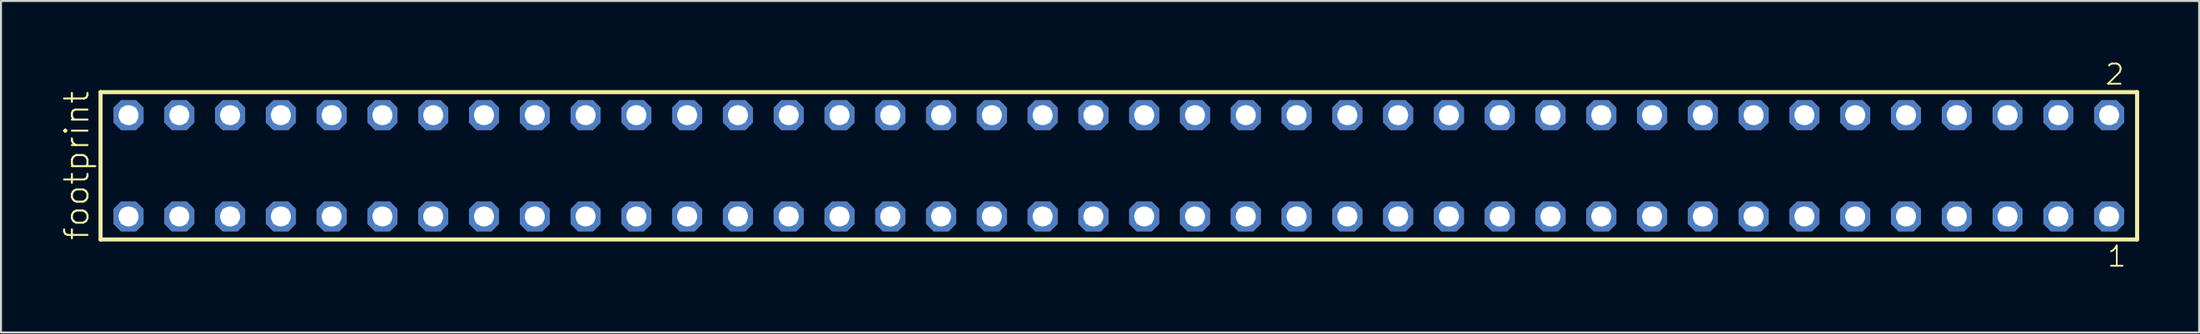
<source format=kicad_pcb>
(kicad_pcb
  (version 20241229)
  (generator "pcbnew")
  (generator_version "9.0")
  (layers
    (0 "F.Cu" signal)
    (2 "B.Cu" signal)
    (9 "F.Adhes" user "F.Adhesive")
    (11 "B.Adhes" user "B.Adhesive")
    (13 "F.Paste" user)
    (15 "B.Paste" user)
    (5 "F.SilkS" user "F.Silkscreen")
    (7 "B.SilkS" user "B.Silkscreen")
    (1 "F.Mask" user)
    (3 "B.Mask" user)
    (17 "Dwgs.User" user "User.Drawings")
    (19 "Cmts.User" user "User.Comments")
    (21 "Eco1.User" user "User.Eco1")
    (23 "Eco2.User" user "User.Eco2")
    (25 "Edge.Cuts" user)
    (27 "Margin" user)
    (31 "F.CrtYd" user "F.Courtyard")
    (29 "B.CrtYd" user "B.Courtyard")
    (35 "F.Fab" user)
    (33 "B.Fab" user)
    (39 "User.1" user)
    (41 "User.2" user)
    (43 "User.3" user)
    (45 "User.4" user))
  (footprint "footprint"
    (layer "F.Cu")
    (at 52.908 5.265)
    (property "Reference" "footprint" (at -51.435 3.81 90) (layer "F.SilkS") (effects (font (size 1.168 1.168) (thickness 0.102)) (justify left bottom)))
    (fp_line (start -50.929 -3.695) (end 50.929 -3.695) (stroke (width 0.203) (type solid)) (layer "F.SilkS"))
    (fp_line (start -50.929 3.695) (end -50.929 -3.695) (stroke (width 0.203) (type solid)) (layer "F.SilkS"))
    (fp_line (start 50.929 -3.695) (end 50.929 3.695) (stroke (width 0.203) (type solid)) (layer "F.SilkS"))
    (fp_line (start 50.929 3.695) (end -50.929 3.695) (stroke (width 0.203) (type solid)) (layer "F.SilkS"))
    (fp_poly (pts (xy -49.88 -2.19) (xy -49.18 -2.19) (xy -49.18 -2.89) (xy -49.88 -2.89)) (stroke (width 0.1) (type solid)) (fill no) (layer "F.Fab"))
    (fp_poly (pts (xy -49.88 2.89) (xy -49.18 2.89) (xy -49.18 2.19) (xy -49.88 2.19)) (stroke (width 0.1) (type solid)) (fill no) (layer "F.Fab"))
    (fp_poly (pts (xy -47.34 -2.19) (xy -46.64 -2.19) (xy -46.64 -2.89) (xy -47.34 -2.89)) (stroke (width 0.1) (type solid)) (fill no) (layer "F.Fab"))
    (fp_poly (pts (xy -47.34 2.89) (xy -46.64 2.89) (xy -46.64 2.19) (xy -47.34 2.19)) (stroke (width 0.1) (type solid)) (fill no) (layer "F.Fab"))
    (fp_poly (pts (xy -44.8 -2.19) (xy -44.1 -2.19) (xy -44.1 -2.89) (xy -44.8 -2.89)) (stroke (width 0.1) (type solid)) (fill no) (layer "F.Fab"))
    (fp_poly (pts (xy -44.8 2.89) (xy -44.1 2.89) (xy -44.1 2.19) (xy -44.8 2.19)) (stroke (width 0.1) (type solid)) (fill no) (layer "F.Fab"))
    (fp_poly (pts (xy -42.26 -2.19) (xy -41.56 -2.19) (xy -41.56 -2.89) (xy -42.26 -2.89)) (stroke (width 0.1) (type solid)) (fill no) (layer "F.Fab"))
    (fp_poly (pts (xy -42.26 2.89) (xy -41.56 2.89) (xy -41.56 2.19) (xy -42.26 2.19)) (stroke (width 0.1) (type solid)) (fill no) (layer "F.Fab"))
    (fp_poly (pts (xy -39.72 -2.19) (xy -39.02 -2.19) (xy -39.02 -2.89) (xy -39.72 -2.89)) (stroke (width 0.1) (type solid)) (fill no) (layer "F.Fab"))
    (fp_poly (pts (xy -39.72 2.89) (xy -39.02 2.89) (xy -39.02 2.19) (xy -39.72 2.19)) (stroke (width 0.1) (type solid)) (fill no) (layer "F.Fab"))
    (fp_poly (pts (xy -37.18 -2.19) (xy -36.48 -2.19) (xy -36.48 -2.89) (xy -37.18 -2.89)) (stroke (width 0.1) (type solid)) (fill no) (layer "F.Fab"))
    (fp_poly (pts (xy -37.18 2.89) (xy -36.48 2.89) (xy -36.48 2.19) (xy -37.18 2.19)) (stroke (width 0.1) (type solid)) (fill no) (layer "F.Fab"))
    (fp_poly (pts (xy -34.64 -2.19) (xy -33.94 -2.19) (xy -33.94 -2.89) (xy -34.64 -2.89)) (stroke (width 0.1) (type solid)) (fill no) (layer "F.Fab"))
    (fp_poly (pts (xy -34.64 2.89) (xy -33.94 2.89) (xy -33.94 2.19) (xy -34.64 2.19)) (stroke (width 0.1) (type solid)) (fill no) (layer "F.Fab"))
    (fp_poly (pts (xy -32.1 -2.19) (xy -31.4 -2.19) (xy -31.4 -2.89) (xy -32.1 -2.89)) (stroke (width 0.1) (type solid)) (fill no) (layer "F.Fab"))
    (fp_poly (pts (xy -32.1 2.89) (xy -31.4 2.89) (xy -31.4 2.19) (xy -32.1 2.19)) (stroke (width 0.1) (type solid)) (fill no) (layer "F.Fab"))
    (fp_poly (pts (xy -29.56 -2.19) (xy -28.86 -2.19) (xy -28.86 -2.89) (xy -29.56 -2.89)) (stroke (width 0.1) (type solid)) (fill no) (layer "F.Fab"))
    (fp_poly (pts (xy -29.56 2.89) (xy -28.86 2.89) (xy -28.86 2.19) (xy -29.56 2.19)) (stroke (width 0.1) (type solid)) (fill no) (layer "F.Fab"))
    (fp_poly (pts (xy -27.02 -2.19) (xy -26.32 -2.19) (xy -26.32 -2.89) (xy -27.02 -2.89)) (stroke (width 0.1) (type solid)) (fill no) (layer "F.Fab"))
    (fp_poly (pts (xy -27.02 2.89) (xy -26.32 2.89) (xy -26.32 2.19) (xy -27.02 2.19)) (stroke (width 0.1) (type solid)) (fill no) (layer "F.Fab"))
    (fp_poly (pts (xy -24.48 -2.19) (xy -23.78 -2.19) (xy -23.78 -2.89) (xy -24.48 -2.89)) (stroke (width 0.1) (type solid)) (fill no) (layer "F.Fab"))
    (fp_poly (pts (xy -24.48 2.89) (xy -23.78 2.89) (xy -23.78 2.19) (xy -24.48 2.19)) (stroke (width 0.1) (type solid)) (fill no) (layer "F.Fab"))
    (fp_poly (pts (xy -21.94 -2.19) (xy -21.24 -2.19) (xy -21.24 -2.89) (xy -21.94 -2.89)) (stroke (width 0.1) (type solid)) (fill no) (layer "F.Fab"))
    (fp_poly (pts (xy -21.94 2.89) (xy -21.24 2.89) (xy -21.24 2.19) (xy -21.94 2.19)) (stroke (width 0.1) (type solid)) (fill no) (layer "F.Fab"))
    (fp_poly (pts (xy -19.4 -2.19) (xy -18.7 -2.19) (xy -18.7 -2.89) (xy -19.4 -2.89)) (stroke (width 0.1) (type solid)) (fill no) (layer "F.Fab"))
    (fp_poly (pts (xy -19.4 2.89) (xy -18.7 2.89) (xy -18.7 2.19) (xy -19.4 2.19)) (stroke (width 0.1) (type solid)) (fill no) (layer "F.Fab"))
    (fp_poly (pts (xy -16.86 -2.19) (xy -16.16 -2.19) (xy -16.16 -2.89) (xy -16.86 -2.89)) (stroke (width 0.1) (type solid)) (fill no) (layer "F.Fab"))
    (fp_poly (pts (xy -16.86 2.89) (xy -16.16 2.89) (xy -16.16 2.19) (xy -16.86 2.19)) (stroke (width 0.1) (type solid)) (fill no) (layer "F.Fab"))
    (fp_poly (pts (xy -14.32 -2.19) (xy -13.62 -2.19) (xy -13.62 -2.89) (xy -14.32 -2.89)) (stroke (width 0.1) (type solid)) (fill no) (layer "F.Fab"))
    (fp_poly (pts (xy -14.32 2.89) (xy -13.62 2.89) (xy -13.62 2.19) (xy -14.32 2.19)) (stroke (width 0.1) (type solid)) (fill no) (layer "F.Fab"))
    (fp_poly (pts (xy -11.78 -2.19) (xy -11.08 -2.19) (xy -11.08 -2.89) (xy -11.78 -2.89)) (stroke (width 0.1) (type solid)) (fill no) (layer "F.Fab"))
    (fp_poly (pts (xy -11.78 2.89) (xy -11.08 2.89) (xy -11.08 2.19) (xy -11.78 2.19)) (stroke (width 0.1) (type solid)) (fill no) (layer "F.Fab"))
    (fp_poly (pts (xy -9.24 -2.19) (xy -8.54 -2.19) (xy -8.54 -2.89) (xy -9.24 -2.89)) (stroke (width 0.1) (type solid)) (fill no) (layer "F.Fab"))
    (fp_poly (pts (xy -9.24 2.89) (xy -8.54 2.89) (xy -8.54 2.19) (xy -9.24 2.19)) (stroke (width 0.1) (type solid)) (fill no) (layer "F.Fab"))
    (fp_poly (pts (xy -6.7 -2.19) (xy -6 -2.19) (xy -6 -2.89) (xy -6.7 -2.89)) (stroke (width 0.1) (type solid)) (fill no) (layer "F.Fab"))
    (fp_poly (pts (xy -6.7 2.89) (xy -6 2.89) (xy -6 2.19) (xy -6.7 2.19)) (stroke (width 0.1) (type solid)) (fill no) (layer "F.Fab"))
    (fp_poly (pts (xy -4.16 -2.19) (xy -3.46 -2.19) (xy -3.46 -2.89) (xy -4.16 -2.89)) (stroke (width 0.1) (type solid)) (fill no) (layer "F.Fab"))
    (fp_poly (pts (xy -4.16 2.89) (xy -3.46 2.89) (xy -3.46 2.19) (xy -4.16 2.19)) (stroke (width 0.1) (type solid)) (fill no) (layer "F.Fab"))
    (fp_poly (pts (xy -1.62 -2.19) (xy -0.92 -2.19) (xy -0.92 -2.89) (xy -1.62 -2.89)) (stroke (width 0.1) (type solid)) (fill no) (layer "F.Fab"))
    (fp_poly (pts (xy -1.62 2.89) (xy -0.92 2.89) (xy -0.92 2.19) (xy -1.62 2.19)) (stroke (width 0.1) (type solid)) (fill no) (layer "F.Fab"))
    (fp_poly (pts (xy 0.92 -2.19) (xy 1.62 -2.19) (xy 1.62 -2.89) (xy 0.92 -2.89)) (stroke (width 0.1) (type solid)) (fill no) (layer "F.Fab"))
    (fp_poly (pts (xy 0.92 2.89) (xy 1.62 2.89) (xy 1.62 2.19) (xy 0.92 2.19)) (stroke (width 0.1) (type solid)) (fill no) (layer "F.Fab"))
    (fp_poly (pts (xy 3.46 -2.19) (xy 4.16 -2.19) (xy 4.16 -2.89) (xy 3.46 -2.89)) (stroke (width 0.1) (type solid)) (fill no) (layer "F.Fab"))
    (fp_poly (pts (xy 3.46 2.89) (xy 4.16 2.89) (xy 4.16 2.19) (xy 3.46 2.19)) (stroke (width 0.1) (type solid)) (fill no) (layer "F.Fab"))
    (fp_poly (pts (xy 6 -2.19) (xy 6.7 -2.19) (xy 6.7 -2.89) (xy 6 -2.89)) (stroke (width 0.1) (type solid)) (fill no) (layer "F.Fab"))
    (fp_poly (pts (xy 6 2.89) (xy 6.7 2.89) (xy 6.7 2.19) (xy 6 2.19)) (stroke (width 0.1) (type solid)) (fill no) (layer "F.Fab"))
    (fp_poly (pts (xy 8.54 -2.19) (xy 9.24 -2.19) (xy 9.24 -2.89) (xy 8.54 -2.89)) (stroke (width 0.1) (type solid)) (fill no) (layer "F.Fab"))
    (fp_poly (pts (xy 8.54 2.89) (xy 9.24 2.89) (xy 9.24 2.19) (xy 8.54 2.19)) (stroke (width 0.1) (type solid)) (fill no) (layer "F.Fab"))
    (fp_poly (pts (xy 11.08 -2.19) (xy 11.78 -2.19) (xy 11.78 -2.89) (xy 11.08 -2.89)) (stroke (width 0.1) (type solid)) (fill no) (layer "F.Fab"))
    (fp_poly (pts (xy 11.08 2.89) (xy 11.78 2.89) (xy 11.78 2.19) (xy 11.08 2.19)) (stroke (width 0.1) (type solid)) (fill no) (layer "F.Fab"))
    (fp_poly (pts (xy 13.62 -2.19) (xy 14.32 -2.19) (xy 14.32 -2.89) (xy 13.62 -2.89)) (stroke (width 0.1) (type solid)) (fill no) (layer "F.Fab"))
    (fp_poly (pts (xy 13.62 2.89) (xy 14.32 2.89) (xy 14.32 2.19) (xy 13.62 2.19)) (stroke (width 0.1) (type solid)) (fill no) (layer "F.Fab"))
    (fp_poly (pts (xy 16.16 -2.19) (xy 16.86 -2.19) (xy 16.86 -2.89) (xy 16.16 -2.89)) (stroke (width 0.1) (type solid)) (fill no) (layer "F.Fab"))
    (fp_poly (pts (xy 16.16 2.89) (xy 16.86 2.89) (xy 16.86 2.19) (xy 16.16 2.19)) (stroke (width 0.1) (type solid)) (fill no) (layer "F.Fab"))
    (fp_poly (pts (xy 18.7 -2.19) (xy 19.4 -2.19) (xy 19.4 -2.89) (xy 18.7 -2.89)) (stroke (width 0.1) (type solid)) (fill no) (layer "F.Fab"))
    (fp_poly (pts (xy 18.7 2.89) (xy 19.4 2.89) (xy 19.4 2.19) (xy 18.7 2.19)) (stroke (width 0.1) (type solid)) (fill no) (layer "F.Fab"))
    (fp_poly (pts (xy 21.24 -2.19) (xy 21.94 -2.19) (xy 21.94 -2.89) (xy 21.24 -2.89)) (stroke (width 0.1) (type solid)) (fill no) (layer "F.Fab"))
    (fp_poly (pts (xy 21.24 2.89) (xy 21.94 2.89) (xy 21.94 2.19) (xy 21.24 2.19)) (stroke (width 0.1) (type solid)) (fill no) (layer "F.Fab"))
    (fp_poly (pts (xy 23.78 -2.19) (xy 24.48 -2.19) (xy 24.48 -2.89) (xy 23.78 -2.89)) (stroke (width 0.1) (type solid)) (fill no) (layer "F.Fab"))
    (fp_poly (pts (xy 23.78 2.89) (xy 24.48 2.89) (xy 24.48 2.19) (xy 23.78 2.19)) (stroke (width 0.1) (type solid)) (fill no) (layer "F.Fab"))
    (fp_poly (pts (xy 26.32 -2.19) (xy 27.02 -2.19) (xy 27.02 -2.89) (xy 26.32 -2.89)) (stroke (width 0.1) (type solid)) (fill no) (layer "F.Fab"))
    (fp_poly (pts (xy 26.32 2.89) (xy 27.02 2.89) (xy 27.02 2.19) (xy 26.32 2.19)) (stroke (width 0.1) (type solid)) (fill no) (layer "F.Fab"))
    (fp_poly (pts (xy 28.86 -2.19) (xy 29.56 -2.19) (xy 29.56 -2.89) (xy 28.86 -2.89)) (stroke (width 0.1) (type solid)) (fill no) (layer "F.Fab"))
    (fp_poly (pts (xy 28.86 2.89) (xy 29.56 2.89) (xy 29.56 2.19) (xy 28.86 2.19)) (stroke (width 0.1) (type solid)) (fill no) (layer "F.Fab"))
    (fp_poly (pts (xy 31.4 -2.19) (xy 32.1 -2.19) (xy 32.1 -2.89) (xy 31.4 -2.89)) (stroke (width 0.1) (type solid)) (fill no) (layer "F.Fab"))
    (fp_poly (pts (xy 31.4 2.89) (xy 32.1 2.89) (xy 32.1 2.19) (xy 31.4 2.19)) (stroke (width 0.1) (type solid)) (fill no) (layer "F.Fab"))
    (fp_poly (pts (xy 33.94 -2.19) (xy 34.64 -2.19) (xy 34.64 -2.89) (xy 33.94 -2.89)) (stroke (width 0.1) (type solid)) (fill no) (layer "F.Fab"))
    (fp_poly (pts (xy 33.94 2.89) (xy 34.64 2.89) (xy 34.64 2.19) (xy 33.94 2.19)) (stroke (width 0.1) (type solid)) (fill no) (layer "F.Fab"))
    (fp_poly (pts (xy 36.48 -2.19) (xy 37.18 -2.19) (xy 37.18 -2.89) (xy 36.48 -2.89)) (stroke (width 0.1) (type solid)) (fill no) (layer "F.Fab"))
    (fp_poly (pts (xy 36.48 2.89) (xy 37.18 2.89) (xy 37.18 2.19) (xy 36.48 2.19)) (stroke (width 0.1) (type solid)) (fill no) (layer "F.Fab"))
    (fp_poly (pts (xy 39.02 -2.19) (xy 39.72 -2.19) (xy 39.72 -2.89) (xy 39.02 -2.89)) (stroke (width 0.1) (type solid)) (fill no) (layer "F.Fab"))
    (fp_poly (pts (xy 39.02 2.89) (xy 39.72 2.89) (xy 39.72 2.19) (xy 39.02 2.19)) (stroke (width 0.1) (type solid)) (fill no) (layer "F.Fab"))
    (fp_poly (pts (xy 41.56 -2.19) (xy 42.26 -2.19) (xy 42.26 -2.89) (xy 41.56 -2.89)) (stroke (width 0.1) (type solid)) (fill no) (layer "F.Fab"))
    (fp_poly (pts (xy 41.56 2.89) (xy 42.26 2.89) (xy 42.26 2.19) (xy 41.56 2.19)) (stroke (width 0.1) (type solid)) (fill no) (layer "F.Fab"))
    (fp_poly (pts (xy 44.1 -2.19) (xy 44.8 -2.19) (xy 44.8 -2.89) (xy 44.1 -2.89)) (stroke (width 0.1) (type solid)) (fill no) (layer "F.Fab"))
    (fp_poly (pts (xy 44.1 2.89) (xy 44.8 2.89) (xy 44.8 2.19) (xy 44.1 2.19)) (stroke (width 0.1) (type solid)) (fill no) (layer "F.Fab"))
    (fp_poly (pts (xy 46.64 -2.19) (xy 47.34 -2.19) (xy 47.34 -2.89) (xy 46.64 -2.89)) (stroke (width 0.1) (type solid)) (fill no) (layer "F.Fab"))
    (fp_poly (pts (xy 46.64 2.89) (xy 47.34 2.89) (xy 47.34 2.19) (xy 46.64 2.19)) (stroke (width 0.1) (type solid)) (fill no) (layer "F.Fab"))
    (fp_poly (pts (xy 49.18 -2.19) (xy 49.88 -2.19) (xy 49.88 -2.89) (xy 49.18 -2.89)) (stroke (width 0.1) (type solid)) (fill no) (layer "F.Fab"))
    (fp_poly (pts (xy 49.18 2.89) (xy 49.88 2.89) (xy 49.88 2.19) (xy 49.18 2.19)) (stroke (width 0.1) (type solid)) (fill no) (layer "F.Fab"))
    (fp_text user "2" (at 49.272 -3.989 0) (layer "F.SilkS") (effects (font (size 1.012 1.012) (thickness 0.088)) (justify left bottom)))
    (fp_text user "1" (at 49.372 5.138 0) (layer "F.SilkS") (effects (font (size 1.012 1.012) (thickness 0.088)) (justify left bottom)))
    (pad "1" thru_hole roundrect (at 49.53 2.54 180) (size 1.5 1.5) (drill 1) (layers "*.Cu" "*.Mask") (roundrect_rratio 0.25) (chamfer_ratio 0.25) (chamfer top_left top_right bottom_left bottom_right))
    (pad "2" thru_hole roundrect (at 49.53 -2.54 180) (size 1.5 1.5) (drill 1) (layers "*.Cu" "*.Mask") (roundrect_rratio 0.25) (chamfer_ratio 0.25) (chamfer top_left top_right bottom_left bottom_right))
    (pad "3" thru_hole roundrect (at 46.99 2.54 180) (size 1.5 1.5) (drill 1) (layers "*.Cu" "*.Mask") (roundrect_rratio 0.25) (chamfer_ratio 0.25) (chamfer top_left top_right bottom_left bottom_right))
    (pad "4" thru_hole roundrect (at 46.99 -2.54 180) (size 1.5 1.5) (drill 1) (layers "*.Cu" "*.Mask") (roundrect_rratio 0.25) (chamfer_ratio 0.25) (chamfer top_left top_right bottom_left bottom_right))
    (pad "5" thru_hole roundrect (at 44.45 2.54 180) (size 1.5 1.5) (drill 1) (layers "*.Cu" "*.Mask") (roundrect_rratio 0.25) (chamfer_ratio 0.25) (chamfer top_left top_right bottom_left bottom_right))
    (pad "6" thru_hole roundrect (at 44.45 -2.54 180) (size 1.5 1.5) (drill 1) (layers "*.Cu" "*.Mask") (roundrect_rratio 0.25) (chamfer_ratio 0.25) (chamfer top_left top_right bottom_left bottom_right))
    (pad "7" thru_hole roundrect (at 41.91 2.54 180) (size 1.5 1.5) (drill 1) (layers "*.Cu" "*.Mask") (roundrect_rratio 0.25) (chamfer_ratio 0.25) (chamfer top_left top_right bottom_left bottom_right))
    (pad "8" thru_hole roundrect (at 41.91 -2.54 180) (size 1.5 1.5) (drill 1) (layers "*.Cu" "*.Mask") (roundrect_rratio 0.25) (chamfer_ratio 0.25) (chamfer top_left top_right bottom_left bottom_right))
    (pad "9" thru_hole roundrect (at 39.37 2.54 180) (size 1.5 1.5) (drill 1) (layers "*.Cu" "*.Mask") (roundrect_rratio 0.25) (chamfer_ratio 0.25) (chamfer top_left top_right bottom_left bottom_right))
    (pad "10" thru_hole roundrect (at 39.37 -2.54 180) (size 1.5 1.5) (drill 1) (layers "*.Cu" "*.Mask") (roundrect_rratio 0.25) (chamfer_ratio 0.25) (chamfer top_left top_right bottom_left bottom_right))
    (pad "11" thru_hole roundrect (at 36.83 2.54 180) (size 1.5 1.5) (drill 1) (layers "*.Cu" "*.Mask") (roundrect_rratio 0.25) (chamfer_ratio 0.25) (chamfer top_left top_right bottom_left bottom_right))
    (pad "12" thru_hole roundrect (at 36.83 -2.54 180) (size 1.5 1.5) (drill 1) (layers "*.Cu" "*.Mask") (roundrect_rratio 0.25) (chamfer_ratio 0.25) (chamfer top_left top_right bottom_left bottom_right))
    (pad "13" thru_hole roundrect (at 34.29 2.54 180) (size 1.5 1.5) (drill 1) (layers "*.Cu" "*.Mask") (roundrect_rratio 0.25) (chamfer_ratio 0.25) (chamfer top_left top_right bottom_left bottom_right))
    (pad "14" thru_hole roundrect (at 34.29 -2.54 180) (size 1.5 1.5) (drill 1) (layers "*.Cu" "*.Mask") (roundrect_rratio 0.25) (chamfer_ratio 0.25) (chamfer top_left top_right bottom_left bottom_right))
    (pad "15" thru_hole roundrect (at 31.75 2.54 180) (size 1.5 1.5) (drill 1) (layers "*.Cu" "*.Mask") (roundrect_rratio 0.25) (chamfer_ratio 0.25) (chamfer top_left top_right bottom_left bottom_right))
    (pad "16" thru_hole roundrect (at 31.75 -2.54 180) (size 1.5 1.5) (drill 1) (layers "*.Cu" "*.Mask") (roundrect_rratio 0.25) (chamfer_ratio 0.25) (chamfer top_left top_right bottom_left bottom_right))
    (pad "17" thru_hole roundrect (at 29.21 2.54 180) (size 1.5 1.5) (drill 1) (layers "*.Cu" "*.Mask") (roundrect_rratio 0.25) (chamfer_ratio 0.25) (chamfer top_left top_right bottom_left bottom_right))
    (pad "18" thru_hole roundrect (at 29.21 -2.54 180) (size 1.5 1.5) (drill 1) (layers "*.Cu" "*.Mask") (roundrect_rratio 0.25) (chamfer_ratio 0.25) (chamfer top_left top_right bottom_left bottom_right))
    (pad "19" thru_hole roundrect (at 26.67 2.54 180) (size 1.5 1.5) (drill 1) (layers "*.Cu" "*.Mask") (roundrect_rratio 0.25) (chamfer_ratio 0.25) (chamfer top_left top_right bottom_left bottom_right))
    (pad "20" thru_hole roundrect (at 26.67 -2.54 180) (size 1.5 1.5) (drill 1) (layers "*.Cu" "*.Mask") (roundrect_rratio 0.25) (chamfer_ratio 0.25) (chamfer top_left top_right bottom_left bottom_right))
    (pad "21" thru_hole roundrect (at 24.13 2.54 180) (size 1.5 1.5) (drill 1) (layers "*.Cu" "*.Mask") (roundrect_rratio 0.25) (chamfer_ratio 0.25) (chamfer top_left top_right bottom_left bottom_right))
    (pad "22" thru_hole roundrect (at 24.13 -2.54 180) (size 1.5 1.5) (drill 1) (layers "*.Cu" "*.Mask") (roundrect_rratio 0.25) (chamfer_ratio 0.25) (chamfer top_left top_right bottom_left bottom_right))
    (pad "23" thru_hole roundrect (at 21.59 2.54 180) (size 1.5 1.5) (drill 1) (layers "*.Cu" "*.Mask") (roundrect_rratio 0.25) (chamfer_ratio 0.25) (chamfer top_left top_right bottom_left bottom_right))
    (pad "24" thru_hole roundrect (at 21.59 -2.54 180) (size 1.5 1.5) (drill 1) (layers "*.Cu" "*.Mask") (roundrect_rratio 0.25) (chamfer_ratio 0.25) (chamfer top_left top_right bottom_left bottom_right))
    (pad "25" thru_hole roundrect (at 19.05 2.54 180) (size 1.5 1.5) (drill 1) (layers "*.Cu" "*.Mask") (roundrect_rratio 0.25) (chamfer_ratio 0.25) (chamfer top_left top_right bottom_left bottom_right))
    (pad "26" thru_hole roundrect (at 19.05 -2.54 180) (size 1.5 1.5) (drill 1) (layers "*.Cu" "*.Mask") (roundrect_rratio 0.25) (chamfer_ratio 0.25) (chamfer top_left top_right bottom_left bottom_right))
    (pad "27" thru_hole roundrect (at 16.51 2.54 180) (size 1.5 1.5) (drill 1) (layers "*.Cu" "*.Mask") (roundrect_rratio 0.25) (chamfer_ratio 0.25) (chamfer top_left top_right bottom_left bottom_right))
    (pad "28" thru_hole roundrect (at 16.51 -2.54 180) (size 1.5 1.5) (drill 1) (layers "*.Cu" "*.Mask") (roundrect_rratio 0.25) (chamfer_ratio 0.25) (chamfer top_left top_right bottom_left bottom_right))
    (pad "29" thru_hole roundrect (at 13.97 2.54 180) (size 1.5 1.5) (drill 1) (layers "*.Cu" "*.Mask") (roundrect_rratio 0.25) (chamfer_ratio 0.25) (chamfer top_left top_right bottom_left bottom_right))
    (pad "30" thru_hole roundrect (at 13.97 -2.54 180) (size 1.5 1.5) (drill 1) (layers "*.Cu" "*.Mask") (roundrect_rratio 0.25) (chamfer_ratio 0.25) (chamfer top_left top_right bottom_left bottom_right))
    (pad "31" thru_hole roundrect (at 11.43 2.54 180) (size 1.5 1.5) (drill 1) (layers "*.Cu" "*.Mask") (roundrect_rratio 0.25) (chamfer_ratio 0.25) (chamfer top_left top_right bottom_left bottom_right))
    (pad "32" thru_hole roundrect (at 11.43 -2.54 180) (size 1.5 1.5) (drill 1) (layers "*.Cu" "*.Mask") (roundrect_rratio 0.25) (chamfer_ratio 0.25) (chamfer top_left top_right bottom_left bottom_right))
    (pad "33" thru_hole roundrect (at 8.89 2.54 180) (size 1.5 1.5) (drill 1) (layers "*.Cu" "*.Mask") (roundrect_rratio 0.25) (chamfer_ratio 0.25) (chamfer top_left top_right bottom_left bottom_right))
    (pad "34" thru_hole roundrect (at 8.89 -2.54 180) (size 1.5 1.5) (drill 1) (layers "*.Cu" "*.Mask") (roundrect_rratio 0.25) (chamfer_ratio 0.25) (chamfer top_left top_right bottom_left bottom_right))
    (pad "35" thru_hole roundrect (at 6.35 2.54 180) (size 1.5 1.5) (drill 1) (layers "*.Cu" "*.Mask") (roundrect_rratio 0.25) (chamfer_ratio 0.25) (chamfer top_left top_right bottom_left bottom_right))
    (pad "36" thru_hole roundrect (at 6.35 -2.54 180) (size 1.5 1.5) (drill 1) (layers "*.Cu" "*.Mask") (roundrect_rratio 0.25) (chamfer_ratio 0.25) (chamfer top_left top_right bottom_left bottom_right))
    (pad "37" thru_hole roundrect (at 3.81 2.54 180) (size 1.5 1.5) (drill 1) (layers "*.Cu" "*.Mask") (roundrect_rratio 0.25) (chamfer_ratio 0.25) (chamfer top_left top_right bottom_left bottom_right))
    (pad "38" thru_hole roundrect (at 3.81 -2.54 180) (size 1.5 1.5) (drill 1) (layers "*.Cu" "*.Mask") (roundrect_rratio 0.25) (chamfer_ratio 0.25) (chamfer top_left top_right bottom_left bottom_right))
    (pad "39" thru_hole roundrect (at 1.27 2.54 180) (size 1.5 1.5) (drill 1) (layers "*.Cu" "*.Mask") (roundrect_rratio 0.25) (chamfer_ratio 0.25) (chamfer top_left top_right bottom_left bottom_right))
    (pad "40" thru_hole roundrect (at 1.27 -2.54 180) (size 1.5 1.5) (drill 1) (layers "*.Cu" "*.Mask") (roundrect_rratio 0.25) (chamfer_ratio 0.25) (chamfer top_left top_right bottom_left bottom_right))
    (pad "41" thru_hole roundrect (at -1.27 2.54 180) (size 1.5 1.5) (drill 1) (layers "*.Cu" "*.Mask") (roundrect_rratio 0.25) (chamfer_ratio 0.25) (chamfer top_left top_right bottom_left bottom_right))
    (pad "42" thru_hole roundrect (at -1.27 -2.54 180) (size 1.5 1.5) (drill 1) (layers "*.Cu" "*.Mask") (roundrect_rratio 0.25) (chamfer_ratio 0.25) (chamfer top_left top_right bottom_left bottom_right))
    (pad "43" thru_hole roundrect (at -3.81 2.54 180) (size 1.5 1.5) (drill 1) (layers "*.Cu" "*.Mask") (roundrect_rratio 0.25) (chamfer_ratio 0.25) (chamfer top_left top_right bottom_left bottom_right))
    (pad "44" thru_hole roundrect (at -3.81 -2.54 180) (size 1.5 1.5) (drill 1) (layers "*.Cu" "*.Mask") (roundrect_rratio 0.25) (chamfer_ratio 0.25) (chamfer top_left top_right bottom_left bottom_right))
    (pad "45" thru_hole roundrect (at -6.35 2.54 180) (size 1.5 1.5) (drill 1) (layers "*.Cu" "*.Mask") (roundrect_rratio 0.25) (chamfer_ratio 0.25) (chamfer top_left top_right bottom_left bottom_right))
    (pad "46" thru_hole roundrect (at -6.35 -2.54 180) (size 1.5 1.5) (drill 1) (layers "*.Cu" "*.Mask") (roundrect_rratio 0.25) (chamfer_ratio 0.25) (chamfer top_left top_right bottom_left bottom_right))
    (pad "47" thru_hole roundrect (at -8.89 2.54 180) (size 1.5 1.5) (drill 1) (layers "*.Cu" "*.Mask") (roundrect_rratio 0.25) (chamfer_ratio 0.25) (chamfer top_left top_right bottom_left bottom_right))
    (pad "48" thru_hole roundrect (at -8.89 -2.54 180) (size 1.5 1.5) (drill 1) (layers "*.Cu" "*.Mask") (roundrect_rratio 0.25) (chamfer_ratio 0.25) (chamfer top_left top_right bottom_left bottom_right))
    (pad "49" thru_hole roundrect (at -11.43 2.54 180) (size 1.5 1.5) (drill 1) (layers "*.Cu" "*.Mask") (roundrect_rratio 0.25) (chamfer_ratio 0.25) (chamfer top_left top_right bottom_left bottom_right))
    (pad "50" thru_hole roundrect (at -11.43 -2.54 180) (size 1.5 1.5) (drill 1) (layers "*.Cu" "*.Mask") (roundrect_rratio 0.25) (chamfer_ratio 0.25) (chamfer top_left top_right bottom_left bottom_right))
    (pad "51" thru_hole roundrect (at -13.97 2.54 180) (size 1.5 1.5) (drill 1) (layers "*.Cu" "*.Mask") (roundrect_rratio 0.25) (chamfer_ratio 0.25) (chamfer top_left top_right bottom_left bottom_right))
    (pad "52" thru_hole roundrect (at -13.97 -2.54 180) (size 1.5 1.5) (drill 1) (layers "*.Cu" "*.Mask") (roundrect_rratio 0.25) (chamfer_ratio 0.25) (chamfer top_left top_right bottom_left bottom_right))
    (pad "53" thru_hole roundrect (at -16.51 2.54 180) (size 1.5 1.5) (drill 1) (layers "*.Cu" "*.Mask") (roundrect_rratio 0.25) (chamfer_ratio 0.25) (chamfer top_left top_right bottom_left bottom_right))
    (pad "54" thru_hole roundrect (at -16.51 -2.54 180) (size 1.5 1.5) (drill 1) (layers "*.Cu" "*.Mask") (roundrect_rratio 0.25) (chamfer_ratio 0.25) (chamfer top_left top_right bottom_left bottom_right))
    (pad "55" thru_hole roundrect (at -19.05 2.54 180) (size 1.5 1.5) (drill 1) (layers "*.Cu" "*.Mask") (roundrect_rratio 0.25) (chamfer_ratio 0.25) (chamfer top_left top_right bottom_left bottom_right))
    (pad "56" thru_hole roundrect (at -19.05 -2.54 180) (size 1.5 1.5) (drill 1) (layers "*.Cu" "*.Mask") (roundrect_rratio 0.25) (chamfer_ratio 0.25) (chamfer top_left top_right bottom_left bottom_right))
    (pad "57" thru_hole roundrect (at -21.59 2.54 180) (size 1.5 1.5) (drill 1) (layers "*.Cu" "*.Mask") (roundrect_rratio 0.25) (chamfer_ratio 0.25) (chamfer top_left top_right bottom_left bottom_right))
    (pad "58" thru_hole roundrect (at -21.59 -2.54 180) (size 1.5 1.5) (drill 1) (layers "*.Cu" "*.Mask") (roundrect_rratio 0.25) (chamfer_ratio 0.25) (chamfer top_left top_right bottom_left bottom_right))
    (pad "59" thru_hole roundrect (at -24.13 2.54 180) (size 1.5 1.5) (drill 1) (layers "*.Cu" "*.Mask") (roundrect_rratio 0.25) (chamfer_ratio 0.25) (chamfer top_left top_right bottom_left bottom_right))
    (pad "60" thru_hole roundrect (at -24.13 -2.54 180) (size 1.5 1.5) (drill 1) (layers "*.Cu" "*.Mask") (roundrect_rratio 0.25) (chamfer_ratio 0.25) (chamfer top_left top_right bottom_left bottom_right))
    (pad "61" thru_hole roundrect (at -26.67 2.54 180) (size 1.5 1.5) (drill 1) (layers "*.Cu" "*.Mask") (roundrect_rratio 0.25) (chamfer_ratio 0.25) (chamfer top_left top_right bottom_left bottom_right))
    (pad "62" thru_hole roundrect (at -26.67 -2.54 180) (size 1.5 1.5) (drill 1) (layers "*.Cu" "*.Mask") (roundrect_rratio 0.25) (chamfer_ratio 0.25) (chamfer top_left top_right bottom_left bottom_right))
    (pad "63" thru_hole roundrect (at -29.21 2.54 180) (size 1.5 1.5) (drill 1) (layers "*.Cu" "*.Mask") (roundrect_rratio 0.25) (chamfer_ratio 0.25) (chamfer top_left top_right bottom_left bottom_right))
    (pad "64" thru_hole roundrect (at -29.21 -2.54 180) (size 1.5 1.5) (drill 1) (layers "*.Cu" "*.Mask") (roundrect_rratio 0.25) (chamfer_ratio 0.25) (chamfer top_left top_right bottom_left bottom_right))
    (pad "65" thru_hole roundrect (at -31.75 2.54 180) (size 1.5 1.5) (drill 1) (layers "*.Cu" "*.Mask") (roundrect_rratio 0.25) (chamfer_ratio 0.25) (chamfer top_left top_right bottom_left bottom_right))
    (pad "66" thru_hole roundrect (at -31.75 -2.54 180) (size 1.5 1.5) (drill 1) (layers "*.Cu" "*.Mask") (roundrect_rratio 0.25) (chamfer_ratio 0.25) (chamfer top_left top_right bottom_left bottom_right))
    (pad "67" thru_hole roundrect (at -34.29 2.54 180) (size 1.5 1.5) (drill 1) (layers "*.Cu" "*.Mask") (roundrect_rratio 0.25) (chamfer_ratio 0.25) (chamfer top_left top_right bottom_left bottom_right))
    (pad "68" thru_hole roundrect (at -34.29 -2.54 180) (size 1.5 1.5) (drill 1) (layers "*.Cu" "*.Mask") (roundrect_rratio 0.25) (chamfer_ratio 0.25) (chamfer top_left top_right bottom_left bottom_right))
    (pad "69" thru_hole roundrect (at -36.83 2.54 180) (size 1.5 1.5) (drill 1) (layers "*.Cu" "*.Mask") (roundrect_rratio 0.25) (chamfer_ratio 0.25) (chamfer top_left top_right bottom_left bottom_right))
    (pad "70" thru_hole roundrect (at -36.83 -2.54 180) (size 1.5 1.5) (drill 1) (layers "*.Cu" "*.Mask") (roundrect_rratio 0.25) (chamfer_ratio 0.25) (chamfer top_left top_right bottom_left bottom_right))
    (pad "71" thru_hole roundrect (at -39.37 2.54 180) (size 1.5 1.5) (drill 1) (layers "*.Cu" "*.Mask") (roundrect_rratio 0.25) (chamfer_ratio 0.25) (chamfer top_left top_right bottom_left bottom_right))
    (pad "72" thru_hole roundrect (at -39.37 -2.54 180) (size 1.5 1.5) (drill 1) (layers "*.Cu" "*.Mask") (roundrect_rratio 0.25) (chamfer_ratio 0.25) (chamfer top_left top_right bottom_left bottom_right))
    (pad "73" thru_hole roundrect (at -41.91 2.54 180) (size 1.5 1.5) (drill 1) (layers "*.Cu" "*.Mask") (roundrect_rratio 0.25) (chamfer_ratio 0.25) (chamfer top_left top_right bottom_left bottom_right))
    (pad "74" thru_hole roundrect (at -41.91 -2.54 180) (size 1.5 1.5) (drill 1) (layers "*.Cu" "*.Mask") (roundrect_rratio 0.25) (chamfer_ratio 0.25) (chamfer top_left top_right bottom_left bottom_right))
    (pad "75" thru_hole roundrect (at -44.45 2.54 180) (size 1.5 1.5) (drill 1) (layers "*.Cu" "*.Mask") (roundrect_rratio 0.25) (chamfer_ratio 0.25) (chamfer top_left top_right bottom_left bottom_right))
    (pad "76" thru_hole roundrect (at -44.45 -2.54 180) (size 1.5 1.5) (drill 1) (layers "*.Cu" "*.Mask") (roundrect_rratio 0.25) (chamfer_ratio 0.25) (chamfer top_left top_right bottom_left bottom_right))
    (pad "77" thru_hole roundrect (at -46.99 2.54 180) (size 1.5 1.5) (drill 1) (layers "*.Cu" "*.Mask") (roundrect_rratio 0.25) (chamfer_ratio 0.25) (chamfer top_left top_right bottom_left bottom_right))
    (pad "78" thru_hole roundrect (at -46.99 -2.54 180) (size 1.5 1.5) (drill 1) (layers "*.Cu" "*.Mask") (roundrect_rratio 0.25) (chamfer_ratio 0.25) (chamfer top_left top_right bottom_left bottom_right))
    (pad "79" thru_hole roundrect (at -49.53 2.54 180) (size 1.5 1.5) (drill 1) (layers "*.Cu" "*.Mask") (roundrect_rratio 0.25) (chamfer_ratio 0.25) (chamfer top_left top_right bottom_left bottom_right))
    (pad "80" thru_hole roundrect (at -49.53 -2.54 180) (size 1.5 1.5) (drill 1) (layers "*.Cu" "*.Mask") (roundrect_rratio 0.25) (chamfer_ratio 0.25) (chamfer top_left top_right bottom_left bottom_right)))
  (gr_rect
    (start -3 -3)
    (end 106.939 13.62)
    (stroke (width 0.1) (type default))
    (fill no)
    (layer "Edge.Cuts")))
</source>
